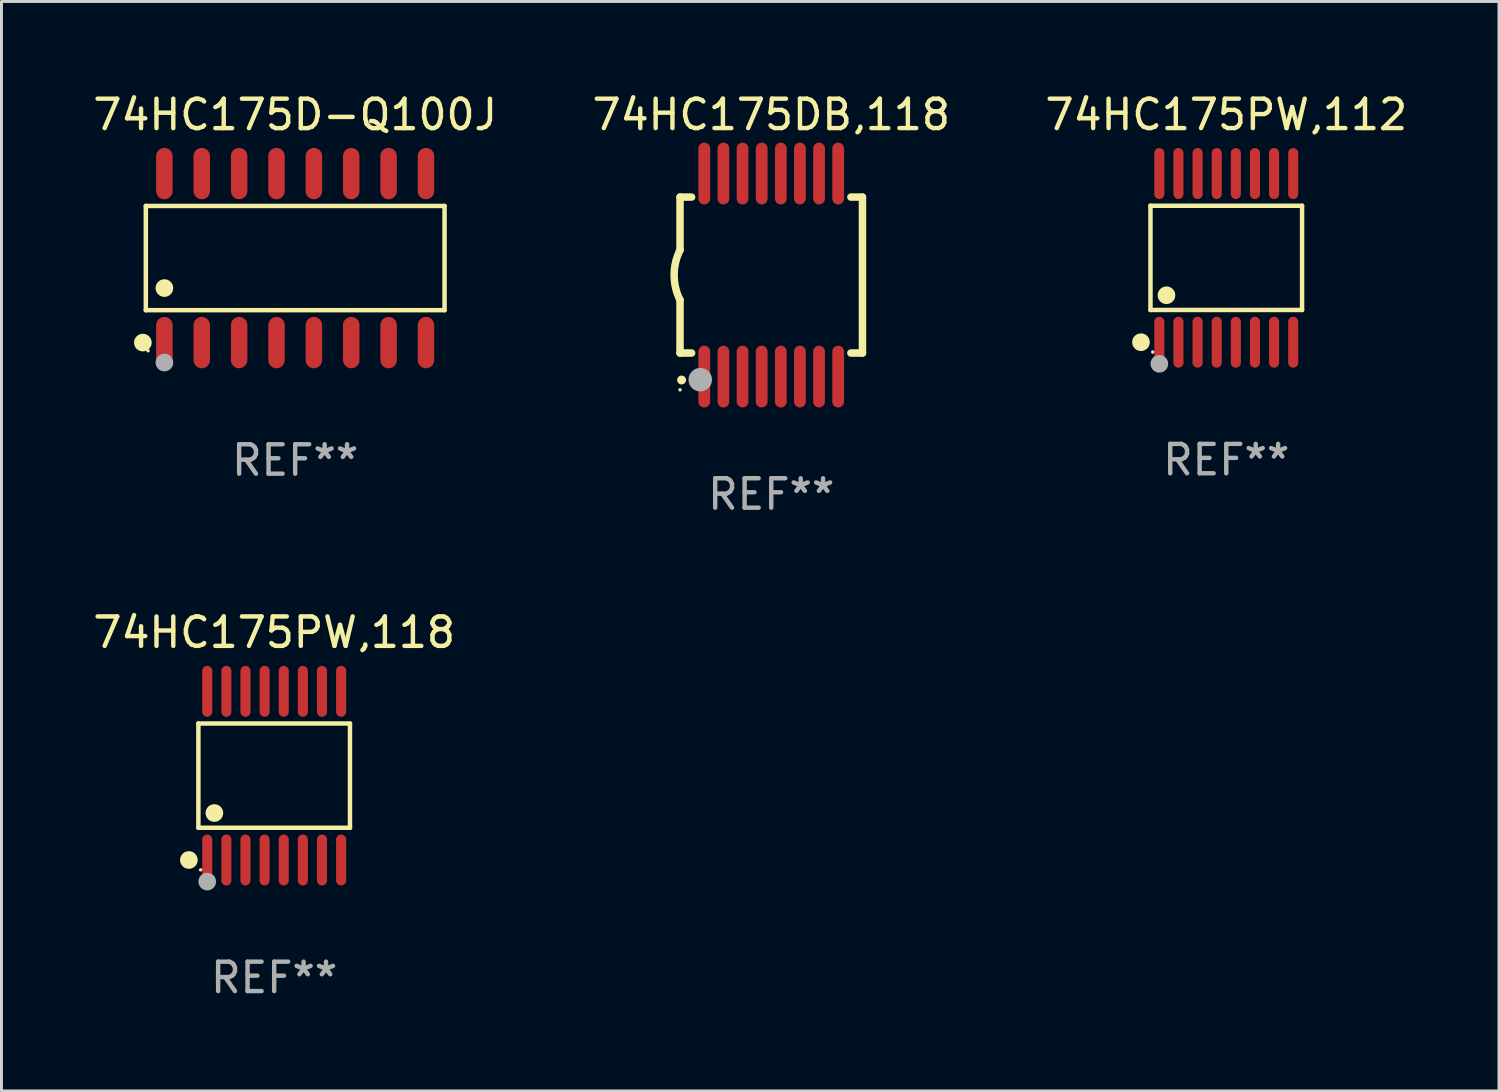
<source format=kicad_pcb>
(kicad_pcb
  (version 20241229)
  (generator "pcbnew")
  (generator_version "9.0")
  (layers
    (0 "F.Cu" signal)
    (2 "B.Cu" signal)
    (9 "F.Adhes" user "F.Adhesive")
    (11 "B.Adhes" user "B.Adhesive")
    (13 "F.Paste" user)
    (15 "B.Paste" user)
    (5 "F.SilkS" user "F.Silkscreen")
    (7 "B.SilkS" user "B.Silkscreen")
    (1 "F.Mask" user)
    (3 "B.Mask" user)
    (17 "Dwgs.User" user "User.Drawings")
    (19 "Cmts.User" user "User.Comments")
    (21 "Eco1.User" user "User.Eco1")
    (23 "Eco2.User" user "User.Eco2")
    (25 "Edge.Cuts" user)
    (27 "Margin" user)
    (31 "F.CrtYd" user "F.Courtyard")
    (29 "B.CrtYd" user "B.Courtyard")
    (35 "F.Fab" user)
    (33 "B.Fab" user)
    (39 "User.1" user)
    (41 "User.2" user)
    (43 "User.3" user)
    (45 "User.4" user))
  (footprint "74HC175DB,118"
    (layer "F.Cu")
    (at 23.161 6.298)
    (property "Reference" "74HC175DB,118" (at 0 -5.45 0) (layer "F.SilkS") (effects (font (size 1 1) (thickness 0.15))))
    (attr through_hole)
    (fp_line (start -3.1 -2.65) (end -3.1 -0.85) (stroke (width 0.254) (type solid)) (layer "F.SilkS"))
    (fp_line (start -3.1 -2.65) (end -2.706 -2.65) (stroke (width 0.254) (type solid)) (layer "F.SilkS"))
    (fp_line (start -3.1 2.65) (end -3.1 0.85) (stroke (width 0.254) (type solid)) (layer "F.SilkS"))
    (fp_line (start -3.1 2.65) (end -2.706 2.65) (stroke (width 0.254) (type solid)) (layer "F.SilkS"))
    (fp_line (start 2.706 -2.65) (end 3.1 -2.65) (stroke (width 0.254) (type solid)) (layer "F.SilkS"))
    (fp_line (start 2.706 2.65) (end 3.1 2.65) (stroke (width 0.254) (type solid)) (layer "F.SilkS"))
    (fp_line (start 3.1 -2.65) (end 3.1 2.65) (stroke (width 0.254) (type solid)) (layer "F.SilkS"))
    (fp_arc (start -3.098907 0.850902) (mid -3.300057 0.000523) (end -3.1 -0.850114) (stroke (width 0.254001) (type solid)) (layer "F.SilkS"))
    (fp_arc (start -3.048006 3.566066) (mid -3.046736 3.566061) (end -3.045466 3.566066) (stroke (width 0.3) (type solid)) (layer "F.SilkS"))
    (fp_circle (center -3.1 3.9) (end -3.07 3.9) (stroke (width 0.06) (type solid)) (fill no) (layer "F.SilkS"))
    (fp_circle (center -2.413 3.556) (end -2.213 3.556) (stroke (width 0.4) (type solid)) (fill no) (layer "F.Fab"))
    (fp_text user "REF**" (at 0 7.45 0) (layer "F.Fab") (effects (font (size 1 1) (thickness 0.15))))
    (pad "1" smd oval (at -2.275 3.45 180) (size 0.4 2.1) (layers "F.Cu" "F.Mask" "F.Paste"))
    (pad "2" smd oval (at -1.625 3.45 180) (size 0.4 2.1) (layers "F.Cu" "F.Mask" "F.Paste"))
    (pad "3" smd oval (at -0.975 3.45 180) (size 0.4 2.1) (layers "F.Cu" "F.Mask" "F.Paste"))
    (pad "4" smd oval (at -0.325 3.45 180) (size 0.4 2.1) (layers "F.Cu" "F.Mask" "F.Paste"))
    (pad "5" smd oval (at 0.325 3.45 180) (size 0.4 2.1) (layers "F.Cu" "F.Mask" "F.Paste"))
    (pad "6" smd oval (at 0.975 3.45 180) (size 0.4 2.1) (layers "F.Cu" "F.Mask" "F.Paste"))
    (pad "7" smd oval (at 1.625 3.45 180) (size 0.4 2.1) (layers "F.Cu" "F.Mask" "F.Paste"))
    (pad "8" smd oval (at 2.275 3.45 180) (size 0.4 2.1) (layers "F.Cu" "F.Mask" "F.Paste"))
    (pad "9" smd oval (at 2.275 -3.45 180) (size 0.4 2.1) (layers "F.Cu" "F.Mask" "F.Paste"))
    (pad "10" smd oval (at 1.625 -3.45 180) (size 0.4 2.1) (layers "F.Cu" "F.Mask" "F.Paste"))
    (pad "11" smd oval (at 0.975 -3.45 180) (size 0.4 2.1) (layers "F.Cu" "F.Mask" "F.Paste"))
    (pad "12" smd oval (at 0.325 -3.45 180) (size 0.4 2.1) (layers "F.Cu" "F.Mask" "F.Paste"))
    (pad "13" smd oval (at -0.325 -3.45 180) (size 0.4 2.1) (layers "F.Cu" "F.Mask" "F.Paste"))
    (pad "14" smd oval (at -0.975 -3.45 180) (size 0.4 2.1) (layers "F.Cu" "F.Mask" "F.Paste"))
    (pad "15" smd oval (at -1.625 -3.45 180) (size 0.4 2.1) (layers "F.Cu" "F.Mask" "F.Paste"))
    (pad "16" smd oval (at -2.275 -3.45 180) (size 0.4 2.1) (layers "F.Cu" "F.Mask" "F.Paste")))
  (footprint "74HC175PW,112"
    (layer "F.Cu")
    (at 38.625 5.714)
    (property "Reference" "74HC175PW,112" (at 0 -4.866 0) (layer "F.SilkS") (effects (font (size 1 1) (thickness 0.15))))
    (attr through_hole)
    (fp_line (start -2.576 -1.772) (end 2.576 -1.772) (stroke (width 0.152) (type solid)) (layer "F.SilkS"))
    (fp_line (start -2.576 1.771) (end -2.576 -1.772) (stroke (width 0.152) (type solid)) (layer "F.SilkS"))
    (fp_line (start 2.576 -1.772) (end 2.576 1.771) (stroke (width 0.152) (type solid)) (layer "F.SilkS"))
    (fp_line (start 2.576 1.771) (end -2.576 1.771) (stroke (width 0.152) (type solid)) (layer "F.SilkS"))
    (fp_circle (center -2.899 2.866) (end -2.749 2.866) (stroke (width 0.3) (type solid)) (fill no) (layer "F.SilkS"))
    (fp_circle (center -2.5 3.2) (end -2.47 3.2) (stroke (width 0.06) (type solid)) (fill no) (layer "F.SilkS"))
    (fp_circle (center -2.032 1.27) (end -1.882 1.27) (stroke (width 0.3) (type solid)) (fill no) (layer "F.SilkS"))
    (fp_circle (center -2.275 3.6) (end -2.125 3.6) (stroke (width 0.3) (type solid)) (fill no) (layer "F.Fab"))
    (fp_text user "REF**" (at 0 6.866 0) (layer "F.Fab") (effects (font (size 1 1) (thickness 0.15))))
    (pad "1" smd oval (at -2.275 2.866) (size 0.343 1.731) (layers "F.Cu" "F.Mask" "F.Paste"))
    (pad "2" smd oval (at -1.625 2.866) (size 0.343 1.731) (layers "F.Cu" "F.Mask" "F.Paste"))
    (pad "3" smd oval (at -0.975 2.866) (size 0.343 1.731) (layers "F.Cu" "F.Mask" "F.Paste"))
    (pad "4" smd oval (at -0.325 2.866) (size 0.343 1.731) (layers "F.Cu" "F.Mask" "F.Paste"))
    (pad "5" smd oval (at 0.325 2.866) (size 0.343 1.731) (layers "F.Cu" "F.Mask" "F.Paste"))
    (pad "6" smd oval (at 0.975 2.866) (size 0.343 1.731) (layers "F.Cu" "F.Mask" "F.Paste"))
    (pad "7" smd oval (at 1.625 2.866) (size 0.343 1.731) (layers "F.Cu" "F.Mask" "F.Paste"))
    (pad "8" smd oval (at 2.275 2.866) (size 0.343 1.731) (layers "F.Cu" "F.Mask" "F.Paste"))
    (pad "9" smd oval (at 2.275 -2.866) (size 0.343 1.731) (layers "F.Cu" "F.Mask" "F.Paste"))
    (pad "10" smd oval (at 1.625 -2.866) (size 0.343 1.731) (layers "F.Cu" "F.Mask" "F.Paste"))
    (pad "11" smd oval (at 0.975 -2.866) (size 0.343 1.731) (layers "F.Cu" "F.Mask" "F.Paste"))
    (pad "12" smd oval (at 0.325 -2.866) (size 0.343 1.731) (layers "F.Cu" "F.Mask" "F.Paste"))
    (pad "13" smd oval (at -0.325 -2.866) (size 0.343 1.731) (layers "F.Cu" "F.Mask" "F.Paste"))
    (pad "14" smd oval (at -0.975 -2.866) (size 0.343 1.731) (layers "F.Cu" "F.Mask" "F.Paste"))
    (pad "15" smd oval (at -1.625 -2.866) (size 0.343 1.731) (layers "F.Cu" "F.Mask" "F.Paste"))
    (pad "16" smd oval (at -2.275 -2.866) (size 0.343 1.731) (layers "F.Cu" "F.Mask" "F.Paste")))
  (footprint "74HC175PW,118"
    (layer "F.Cu")
    (at 6.268 23.311)
    (property "Reference" "74HC175PW,118" (at 0 -4.866 0) (layer "F.SilkS") (effects (font (size 1 1) (thickness 0.15))))
    (attr through_hole)
    (fp_line (start -2.576 -1.772) (end 2.576 -1.772) (stroke (width 0.152) (type solid)) (layer "F.SilkS"))
    (fp_line (start -2.576 1.771) (end -2.576 -1.772) (stroke (width 0.152) (type solid)) (layer "F.SilkS"))
    (fp_line (start 2.576 -1.772) (end 2.576 1.771) (stroke (width 0.152) (type solid)) (layer "F.SilkS"))
    (fp_line (start 2.576 1.771) (end -2.576 1.771) (stroke (width 0.152) (type solid)) (layer "F.SilkS"))
    (fp_circle (center -2.899 2.866) (end -2.749 2.866) (stroke (width 0.3) (type solid)) (fill no) (layer "F.SilkS"))
    (fp_circle (center -2.5 3.2) (end -2.47 3.2) (stroke (width 0.06) (type solid)) (fill no) (layer "F.SilkS"))
    (fp_circle (center -2.032 1.27) (end -1.882 1.27) (stroke (width 0.3) (type solid)) (fill no) (layer "F.SilkS"))
    (fp_circle (center -2.275 3.6) (end -2.125 3.6) (stroke (width 0.3) (type solid)) (fill no) (layer "F.Fab"))
    (fp_text user "REF**" (at 0 6.866 0) (layer "F.Fab") (effects (font (size 1 1) (thickness 0.15))))
    (pad "1" smd oval (at -2.275 2.866) (size 0.343 1.731) (layers "F.Cu" "F.Mask" "F.Paste"))
    (pad "2" smd oval (at -1.625 2.866) (size 0.343 1.731) (layers "F.Cu" "F.Mask" "F.Paste"))
    (pad "3" smd oval (at -0.975 2.866) (size 0.343 1.731) (layers "F.Cu" "F.Mask" "F.Paste"))
    (pad "4" smd oval (at -0.325 2.866) (size 0.343 1.731) (layers "F.Cu" "F.Mask" "F.Paste"))
    (pad "5" smd oval (at 0.325 2.866) (size 0.343 1.731) (layers "F.Cu" "F.Mask" "F.Paste"))
    (pad "6" smd oval (at 0.975 2.866) (size 0.343 1.731) (layers "F.Cu" "F.Mask" "F.Paste"))
    (pad "7" smd oval (at 1.625 2.866) (size 0.343 1.731) (layers "F.Cu" "F.Mask" "F.Paste"))
    (pad "8" smd oval (at 2.275 2.866) (size 0.343 1.731) (layers "F.Cu" "F.Mask" "F.Paste"))
    (pad "9" smd oval (at 2.275 -2.866) (size 0.343 1.731) (layers "F.Cu" "F.Mask" "F.Paste"))
    (pad "10" smd oval (at 1.625 -2.866) (size 0.343 1.731) (layers "F.Cu" "F.Mask" "F.Paste"))
    (pad "11" smd oval (at 0.975 -2.866) (size 0.343 1.731) (layers "F.Cu" "F.Mask" "F.Paste"))
    (pad "12" smd oval (at 0.325 -2.866) (size 0.343 1.731) (layers "F.Cu" "F.Mask" "F.Paste"))
    (pad "13" smd oval (at -0.325 -2.866) (size 0.343 1.731) (layers "F.Cu" "F.Mask" "F.Paste"))
    (pad "14" smd oval (at -0.975 -2.866) (size 0.343 1.731) (layers "F.Cu" "F.Mask" "F.Paste"))
    (pad "15" smd oval (at -1.625 -2.866) (size 0.343 1.731) (layers "F.Cu" "F.Mask" "F.Paste"))
    (pad "16" smd oval (at -2.275 -2.866) (size 0.343 1.731) (layers "F.Cu" "F.Mask" "F.Paste")))
  (footprint "74HC175D-Q100J"
    (layer "F.Cu")
    (at 6.982 5.721)
    (property "Reference" "74HC175D-Q100J" (at 0 -4.872 0) (layer "F.SilkS") (effects (font (size 1 1) (thickness 0.15))))
    (attr through_hole)
    (fp_line (start -5.076 -1.771) (end 5.076 -1.771) (stroke (width 0.152) (type solid)) (layer "F.SilkS"))
    (fp_line (start -5.076 1.771) (end -5.076 -1.771) (stroke (width 0.152) (type solid)) (layer "F.SilkS"))
    (fp_line (start 5.076 -1.771) (end 5.076 1.771) (stroke (width 0.152) (type solid)) (layer "F.SilkS"))
    (fp_line (start 5.076 1.771) (end -5.076 1.771) (stroke (width 0.152) (type solid)) (layer "F.SilkS"))
    (fp_circle (center -5.177 2.872) (end -5.027 2.872) (stroke (width 0.3) (type solid)) (fill no) (layer "F.SilkS"))
    (fp_circle (center -5 3.15) (end -4.97 3.15) (stroke (width 0.06) (type solid)) (fill no) (layer "F.SilkS"))
    (fp_circle (center -4.445 1.019) (end -4.295 1.019) (stroke (width 0.3) (type solid)) (fill no) (layer "F.SilkS"))
    (fp_circle (center -4.445 3.55) (end -4.295 3.55) (stroke (width 0.3) (type solid)) (fill no) (layer "F.Fab"))
    (fp_text user "REF**" (at 0 6.872 0) (layer "F.Fab") (effects (font (size 1 1) (thickness 0.15))))
    (pad "1" smd oval (at -4.445 2.872) (size 0.56 1.745) (layers "F.Cu" "F.Mask" "F.Paste"))
    (pad "2" smd oval (at -3.175 2.872) (size 0.56 1.745) (layers "F.Cu" "F.Mask" "F.Paste"))
    (pad "3" smd oval (at -1.905 2.872) (size 0.56 1.745) (layers "F.Cu" "F.Mask" "F.Paste"))
    (pad "4" smd oval (at -0.635 2.872) (size 0.56 1.745) (layers "F.Cu" "F.Mask" "F.Paste"))
    (pad "5" smd oval (at 0.635 2.872) (size 0.56 1.745) (layers "F.Cu" "F.Mask" "F.Paste"))
    (pad "6" smd oval (at 1.905 2.872) (size 0.56 1.745) (layers "F.Cu" "F.Mask" "F.Paste"))
    (pad "7" smd oval (at 3.175 2.872) (size 0.56 1.745) (layers "F.Cu" "F.Mask" "F.Paste"))
    (pad "8" smd oval (at 4.445 2.872) (size 0.56 1.745) (layers "F.Cu" "F.Mask" "F.Paste"))
    (pad "9" smd oval (at 4.445 -2.872) (size 0.56 1.745) (layers "F.Cu" "F.Mask" "F.Paste"))
    (pad "10" smd oval (at 3.175 -2.872) (size 0.56 1.745) (layers "F.Cu" "F.Mask" "F.Paste"))
    (pad "11" smd oval (at 1.905 -2.872) (size 0.56 1.745) (layers "F.Cu" "F.Mask" "F.Paste"))
    (pad "12" smd oval (at 0.635 -2.872) (size 0.56 1.745) (layers "F.Cu" "F.Mask" "F.Paste"))
    (pad "13" smd oval (at -0.635 -2.872) (size 0.56 1.745) (layers "F.Cu" "F.Mask" "F.Paste"))
    (pad "14" smd oval (at -1.905 -2.872) (size 0.56 1.745) (layers "F.Cu" "F.Mask" "F.Paste"))
    (pad "15" smd oval (at -3.175 -2.872) (size 0.56 1.745) (layers "F.Cu" "F.Mask" "F.Paste"))
    (pad "16" smd oval (at -4.445 -2.872) (size 0.56 1.745) (layers "F.Cu" "F.Mask" "F.Paste")))
  (gr_rect
    (start -3 -3)
    (end 47.893 34.025)
    (stroke (width 0.1) (type default))
    (fill no)
    (layer "Edge.Cuts")))
</source>
